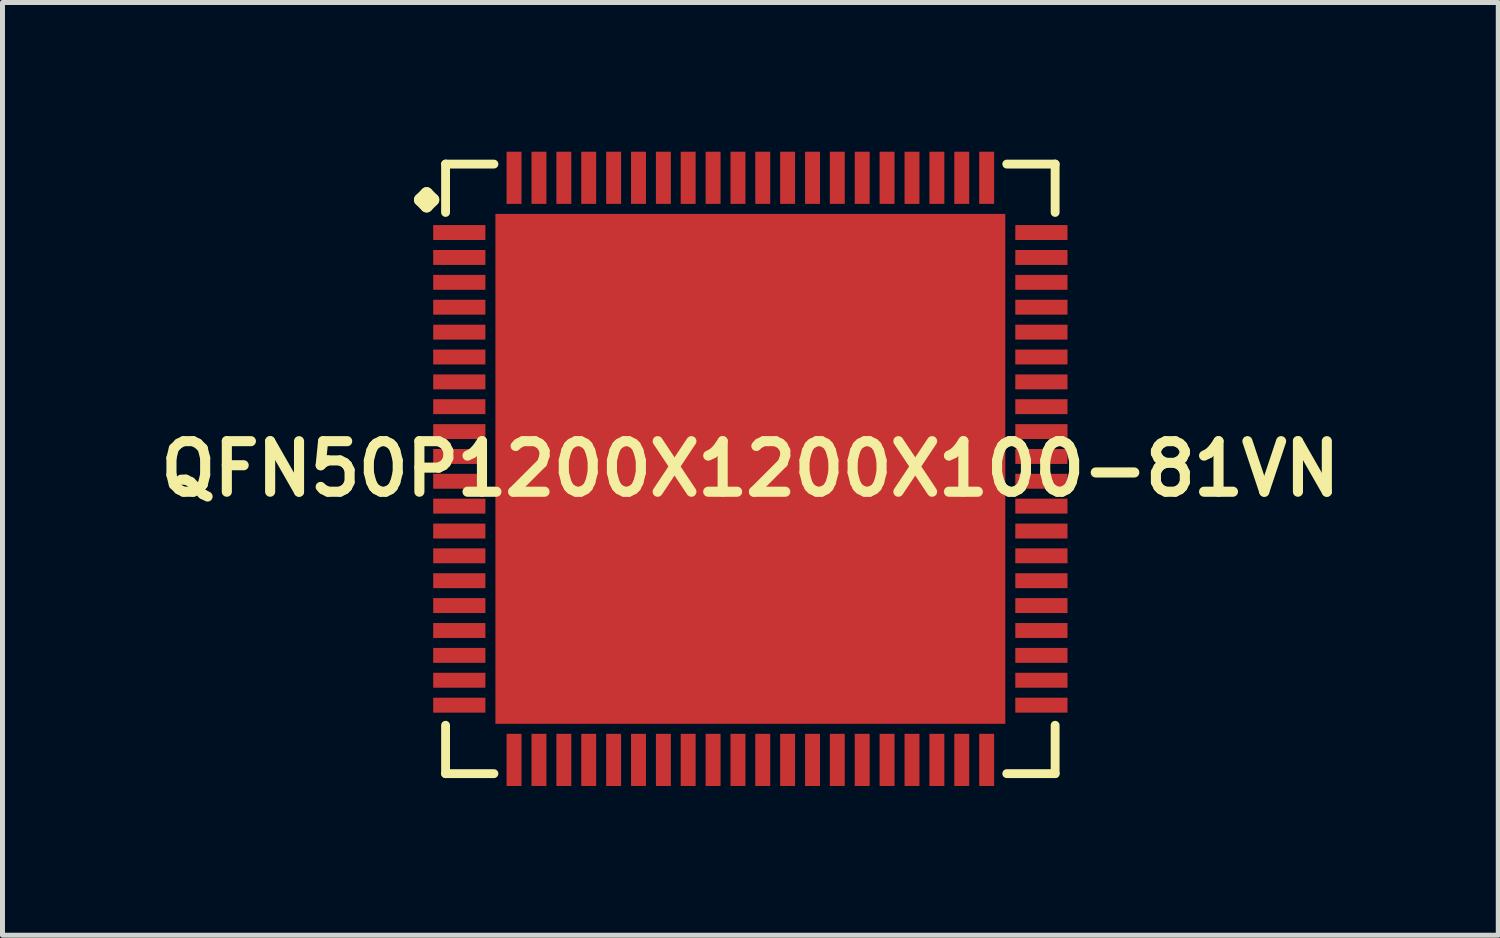
<source format=kicad_pcb>
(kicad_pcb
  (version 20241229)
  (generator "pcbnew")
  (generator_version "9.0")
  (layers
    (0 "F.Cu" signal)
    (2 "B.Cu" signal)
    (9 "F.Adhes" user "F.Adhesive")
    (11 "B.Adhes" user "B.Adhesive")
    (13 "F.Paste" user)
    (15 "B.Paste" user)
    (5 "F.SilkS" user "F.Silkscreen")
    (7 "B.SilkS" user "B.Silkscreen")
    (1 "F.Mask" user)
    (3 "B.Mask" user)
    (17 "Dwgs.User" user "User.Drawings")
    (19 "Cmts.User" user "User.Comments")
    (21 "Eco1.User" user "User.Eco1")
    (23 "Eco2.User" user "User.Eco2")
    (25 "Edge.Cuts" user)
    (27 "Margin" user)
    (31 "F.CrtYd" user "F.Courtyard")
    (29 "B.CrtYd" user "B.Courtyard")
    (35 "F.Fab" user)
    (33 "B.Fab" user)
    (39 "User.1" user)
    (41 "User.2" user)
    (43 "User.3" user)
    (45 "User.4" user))
  (footprint "QFN50P1200X1200X100-81VN"
    (layer "F.Cu")
    (at 12.032 6.374)
    (property "Reference" "QFN50P1200X1200X100-81VN" (at 0 0 0) (layer "F.SilkS") (effects (font (size 1.016 1.016) (thickness 0.203))))
    (attr smd)
    (fp_line (start -6.634 -5.408) (end -6.507 -5.535) (stroke (width 0.254) (type solid)) (layer "F.SilkS"))
    (fp_line (start -6.507 -5.535) (end -6.38 -5.408) (stroke (width 0.254) (type solid)) (layer "F.SilkS"))
    (fp_line (start -6.507 -5.281) (end -6.634 -5.408) (stroke (width 0.254) (type solid)) (layer "F.SilkS"))
    (fp_line (start -6.38 -5.408) (end -6.507 -5.281) (stroke (width 0.254) (type solid)) (layer "F.SilkS"))
    (fp_line (start -6.126 -6.126) (end -5.154 -6.126) (stroke (width 0.178) (type solid)) (layer "F.SilkS"))
    (fp_line (start -6.126 -5.154) (end -6.126 -6.126) (stroke (width 0.178) (type solid)) (layer "F.SilkS"))
    (fp_line (start -6.126 5.154) (end -6.126 6.126) (stroke (width 0.178) (type solid)) (layer "F.SilkS"))
    (fp_line (start -6.126 6.126) (end -5.154 6.126) (stroke (width 0.178) (type solid)) (layer "F.SilkS"))
    (fp_line (start 5.154 -6.126) (end 6.126 -6.126) (stroke (width 0.178) (type solid)) (layer "F.SilkS"))
    (fp_line (start 5.154 6.126) (end 6.126 6.126) (stroke (width 0.178) (type solid)) (layer "F.SilkS"))
    (fp_line (start 6.126 -6.126) (end 6.126 -5.154) (stroke (width 0.178) (type solid)) (layer "F.SilkS"))
    (fp_line (start 6.126 6.126) (end 6.126 5.154) (stroke (width 0.178) (type solid)) (layer "F.SilkS"))
    (pad "1" smd rect (at -5.85 -4.75) (size 1.049 0.3) (layers "F.Cu" "F.Mask" "F.Paste"))
    (pad "2" smd rect (at -5.85 -4.249) (size 1.049 0.3) (layers "F.Cu" "F.Mask" "F.Paste"))
    (pad "3" smd rect (at -5.85 -3.749) (size 1.049 0.3) (layers "F.Cu" "F.Mask" "F.Paste"))
    (pad "4" smd rect (at -5.85 -3.249) (size 1.049 0.3) (layers "F.Cu" "F.Mask" "F.Paste"))
    (pad "5" smd rect (at -5.85 -2.748) (size 1.049 0.3) (layers "F.Cu" "F.Mask" "F.Paste"))
    (pad "6" smd rect (at -5.85 -2.248) (size 1.049 0.3) (layers "F.Cu" "F.Mask" "F.Paste"))
    (pad "7" smd rect (at -5.85 -1.748) (size 1.049 0.3) (layers "F.Cu" "F.Mask" "F.Paste"))
    (pad "8" smd rect (at -5.85 -1.25) (size 1.049 0.3) (layers "F.Cu" "F.Mask" "F.Paste"))
    (pad "9" smd rect (at -5.85 -0.749) (size 1.049 0.3) (layers "F.Cu" "F.Mask" "F.Paste"))
    (pad "10" smd rect (at -5.85 -0.249) (size 1.049 0.3) (layers "F.Cu" "F.Mask" "F.Paste"))
    (pad "11" smd rect (at -5.85 0.249) (size 1.049 0.3) (layers "F.Cu" "F.Mask" "F.Paste"))
    (pad "12" smd rect (at -5.85 0.749) (size 1.049 0.3) (layers "F.Cu" "F.Mask" "F.Paste"))
    (pad "13" smd rect (at -5.85 1.25) (size 1.049 0.3) (layers "F.Cu" "F.Mask" "F.Paste"))
    (pad "14" smd rect (at -5.85 1.748) (size 1.049 0.3) (layers "F.Cu" "F.Mask" "F.Paste"))
    (pad "15" smd rect (at -5.85 2.248) (size 1.049 0.3) (layers "F.Cu" "F.Mask" "F.Paste"))
    (pad "16" smd rect (at -5.85 2.748) (size 1.049 0.3) (layers "F.Cu" "F.Mask" "F.Paste"))
    (pad "17" smd rect (at -5.85 3.249) (size 1.049 0.3) (layers "F.Cu" "F.Mask" "F.Paste"))
    (pad "18" smd rect (at -5.85 3.749) (size 1.049 0.3) (layers "F.Cu" "F.Mask" "F.Paste"))
    (pad "19" smd rect (at -5.85 4.249) (size 1.049 0.3) (layers "F.Cu" "F.Mask" "F.Paste"))
    (pad "20" smd rect (at -5.85 4.75) (size 1.049 0.3) (layers "F.Cu" "F.Mask" "F.Paste"))
    (pad "21" smd rect (at -4.75 5.85) (size 0.3 1.049) (layers "F.Cu" "F.Mask" "F.Paste"))
    (pad "22" smd rect (at -4.249 5.85) (size 0.3 1.049) (layers "F.Cu" "F.Mask" "F.Paste"))
    (pad "23" smd rect (at -3.749 5.85) (size 0.3 1.049) (layers "F.Cu" "F.Mask" "F.Paste"))
    (pad "24" smd rect (at -3.249 5.85) (size 0.3 1.049) (layers "F.Cu" "F.Mask" "F.Paste"))
    (pad "25" smd rect (at -2.748 5.85) (size 0.3 1.049) (layers "F.Cu" "F.Mask" "F.Paste"))
    (pad "26" smd rect (at -2.248 5.85) (size 0.3 1.049) (layers "F.Cu" "F.Mask" "F.Paste"))
    (pad "27" smd rect (at -1.748 5.85) (size 0.3 1.049) (layers "F.Cu" "F.Mask" "F.Paste"))
    (pad "28" smd rect (at -1.25 5.85) (size 0.3 1.049) (layers "F.Cu" "F.Mask" "F.Paste"))
    (pad "29" smd rect (at -0.749 5.85) (size 0.3 1.049) (layers "F.Cu" "F.Mask" "F.Paste"))
    (pad "30" smd rect (at -0.249 5.85) (size 0.3 1.049) (layers "F.Cu" "F.Mask" "F.Paste"))
    (pad "31" smd rect (at 0.249 5.85) (size 0.3 1.049) (layers "F.Cu" "F.Mask" "F.Paste"))
    (pad "32" smd rect (at 0.749 5.85) (size 0.3 1.049) (layers "F.Cu" "F.Mask" "F.Paste"))
    (pad "33" smd rect (at 1.25 5.85) (size 0.3 1.049) (layers "F.Cu" "F.Mask" "F.Paste"))
    (pad "34" smd rect (at 1.748 5.85) (size 0.3 1.049) (layers "F.Cu" "F.Mask" "F.Paste"))
    (pad "35" smd rect (at 2.248 5.85) (size 0.3 1.049) (layers "F.Cu" "F.Mask" "F.Paste"))
    (pad "36" smd rect (at 2.748 5.85) (size 0.3 1.049) (layers "F.Cu" "F.Mask" "F.Paste"))
    (pad "37" smd rect (at 3.249 5.85) (size 0.3 1.049) (layers "F.Cu" "F.Mask" "F.Paste"))
    (pad "38" smd rect (at 3.749 5.85) (size 0.3 1.049) (layers "F.Cu" "F.Mask" "F.Paste"))
    (pad "39" smd rect (at 4.249 5.85) (size 0.3 1.049) (layers "F.Cu" "F.Mask" "F.Paste"))
    (pad "40" smd rect (at 4.75 5.85) (size 0.3 1.049) (layers "F.Cu" "F.Mask" "F.Paste"))
    (pad "41" smd rect (at 5.85 4.75) (size 1.049 0.3) (layers "F.Cu" "F.Mask" "F.Paste"))
    (pad "42" smd rect (at 5.85 4.249) (size 1.049 0.3) (layers "F.Cu" "F.Mask" "F.Paste"))
    (pad "43" smd rect (at 5.85 3.749) (size 1.049 0.3) (layers "F.Cu" "F.Mask" "F.Paste"))
    (pad "44" smd rect (at 5.85 3.249) (size 1.049 0.3) (layers "F.Cu" "F.Mask" "F.Paste"))
    (pad "45" smd rect (at 5.85 2.748) (size 1.049 0.3) (layers "F.Cu" "F.Mask" "F.Paste"))
    (pad "46" smd rect (at 5.85 2.248) (size 1.049 0.3) (layers "F.Cu" "F.Mask" "F.Paste"))
    (pad "47" smd rect (at 5.85 1.748) (size 1.049 0.3) (layers "F.Cu" "F.Mask" "F.Paste"))
    (pad "48" smd rect (at 5.85 1.25) (size 1.049 0.3) (layers "F.Cu" "F.Mask" "F.Paste"))
    (pad "49" smd rect (at 5.85 0.749) (size 1.049 0.3) (layers "F.Cu" "F.Mask" "F.Paste"))
    (pad "50" smd rect (at 5.85 0.249) (size 1.049 0.3) (layers "F.Cu" "F.Mask" "F.Paste"))
    (pad "51" smd rect (at 5.85 -0.249) (size 1.049 0.3) (layers "F.Cu" "F.Mask" "F.Paste"))
    (pad "52" smd rect (at 5.85 -0.749) (size 1.049 0.3) (layers "F.Cu" "F.Mask" "F.Paste"))
    (pad "53" smd rect (at 5.85 -1.25) (size 1.049 0.3) (layers "F.Cu" "F.Mask" "F.Paste"))
    (pad "54" smd rect (at 5.85 -1.748) (size 1.049 0.3) (layers "F.Cu" "F.Mask" "F.Paste"))
    (pad "55" smd rect (at 5.85 -2.248) (size 1.049 0.3) (layers "F.Cu" "F.Mask" "F.Paste"))
    (pad "56" smd rect (at 5.85 -2.748) (size 1.049 0.3) (layers "F.Cu" "F.Mask" "F.Paste"))
    (pad "57" smd rect (at 5.85 -3.249) (size 1.049 0.3) (layers "F.Cu" "F.Mask" "F.Paste"))
    (pad "58" smd rect (at 5.85 -3.749) (size 1.049 0.3) (layers "F.Cu" "F.Mask" "F.Paste"))
    (pad "59" smd rect (at 5.85 -4.249) (size 1.049 0.3) (layers "F.Cu" "F.Mask" "F.Paste"))
    (pad "60" smd rect (at 5.85 -4.75) (size 1.049 0.3) (layers "F.Cu" "F.Mask" "F.Paste"))
    (pad "61" smd rect (at 4.75 -5.85) (size 0.3 1.049) (layers "F.Cu" "F.Mask" "F.Paste"))
    (pad "62" smd rect (at 4.249 -5.85) (size 0.3 1.049) (layers "F.Cu" "F.Mask" "F.Paste"))
    (pad "63" smd rect (at 3.749 -5.85) (size 0.3 1.049) (layers "F.Cu" "F.Mask" "F.Paste"))
    (pad "64" smd rect (at 3.249 -5.85) (size 0.3 1.049) (layers "F.Cu" "F.Mask" "F.Paste"))
    (pad "65" smd rect (at 2.748 -5.85) (size 0.3 1.049) (layers "F.Cu" "F.Mask" "F.Paste"))
    (pad "66" smd rect (at 2.248 -5.85) (size 0.3 1.049) (layers "F.Cu" "F.Mask" "F.Paste"))
    (pad "67" smd rect (at 1.748 -5.85) (size 0.3 1.049) (layers "F.Cu" "F.Mask" "F.Paste"))
    (pad "68" smd rect (at 1.25 -5.85) (size 0.3 1.049) (layers "F.Cu" "F.Mask" "F.Paste"))
    (pad "69" smd rect (at 0.749 -5.85) (size 0.3 1.049) (layers "F.Cu" "F.Mask" "F.Paste"))
    (pad "70" smd rect (at 0.249 -5.85) (size 0.3 1.049) (layers "F.Cu" "F.Mask" "F.Paste"))
    (pad "71" smd rect (at -0.249 -5.85) (size 0.3 1.049) (layers "F.Cu" "F.Mask" "F.Paste"))
    (pad "72" smd rect (at -0.749 -5.85) (size 0.3 1.049) (layers "F.Cu" "F.Mask" "F.Paste"))
    (pad "73" smd rect (at -1.25 -5.85) (size 0.3 1.049) (layers "F.Cu" "F.Mask" "F.Paste"))
    (pad "74" smd rect (at -1.748 -5.85) (size 0.3 1.049) (layers "F.Cu" "F.Mask" "F.Paste"))
    (pad "75" smd rect (at -2.248 -5.85) (size 0.3 1.049) (layers "F.Cu" "F.Mask" "F.Paste"))
    (pad "76" smd rect (at -2.748 -5.85) (size 0.3 1.049) (layers "F.Cu" "F.Mask" "F.Paste"))
    (pad "77" smd rect (at -3.249 -5.85) (size 0.3 1.049) (layers "F.Cu" "F.Mask" "F.Paste"))
    (pad "78" smd rect (at -3.749 -5.85) (size 0.3 1.049) (layers "F.Cu" "F.Mask" "F.Paste"))
    (pad "79" smd rect (at -4.249 -5.85) (size 0.3 1.049) (layers "F.Cu" "F.Mask" "F.Paste"))
    (pad "80" smd rect (at -4.75 -5.85) (size 0.3 1.049) (layers "F.Cu" "F.Mask" "F.Paste"))
    (pad "81" smd rect (at 0 0) (size 10.249 10.249) (layers "F.Cu" "F.Mask" "F.Paste")))
  (gr_rect
    (start -3 -3)
    (end 27.065 15.748)
    (stroke (width 0.1) (type default))
    (fill no)
    (layer "Edge.Cuts")))
</source>
